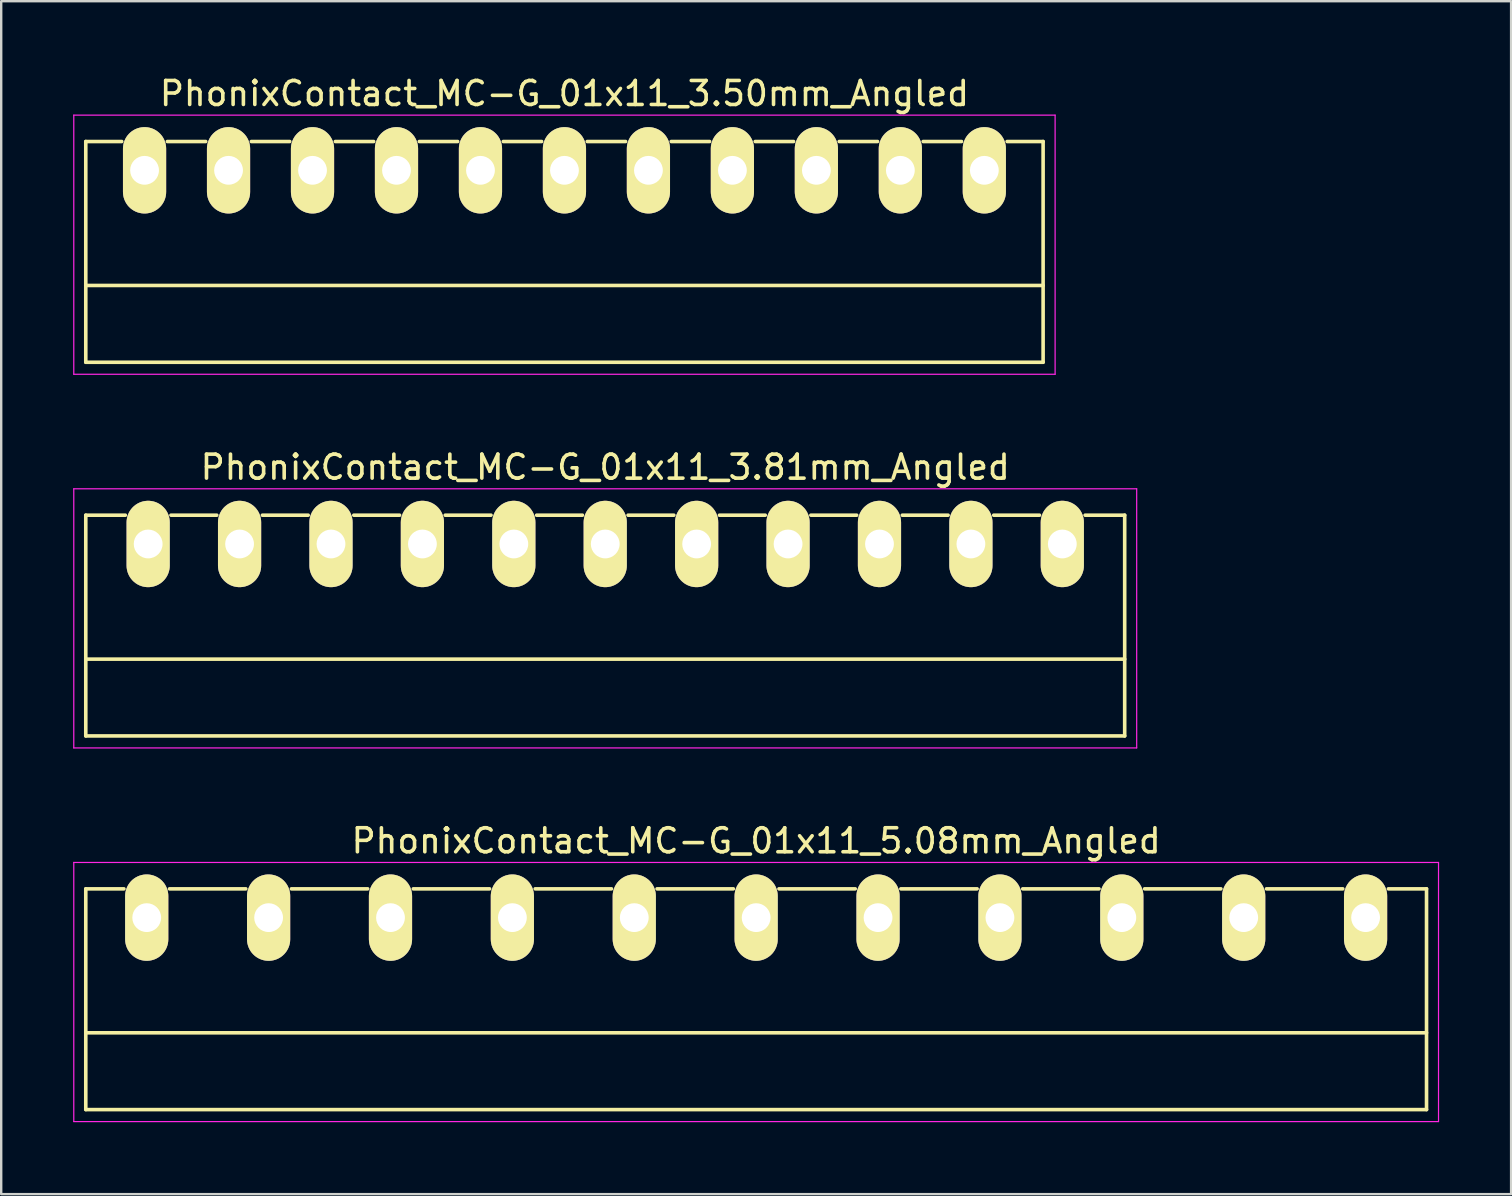
<source format=kicad_pcb>
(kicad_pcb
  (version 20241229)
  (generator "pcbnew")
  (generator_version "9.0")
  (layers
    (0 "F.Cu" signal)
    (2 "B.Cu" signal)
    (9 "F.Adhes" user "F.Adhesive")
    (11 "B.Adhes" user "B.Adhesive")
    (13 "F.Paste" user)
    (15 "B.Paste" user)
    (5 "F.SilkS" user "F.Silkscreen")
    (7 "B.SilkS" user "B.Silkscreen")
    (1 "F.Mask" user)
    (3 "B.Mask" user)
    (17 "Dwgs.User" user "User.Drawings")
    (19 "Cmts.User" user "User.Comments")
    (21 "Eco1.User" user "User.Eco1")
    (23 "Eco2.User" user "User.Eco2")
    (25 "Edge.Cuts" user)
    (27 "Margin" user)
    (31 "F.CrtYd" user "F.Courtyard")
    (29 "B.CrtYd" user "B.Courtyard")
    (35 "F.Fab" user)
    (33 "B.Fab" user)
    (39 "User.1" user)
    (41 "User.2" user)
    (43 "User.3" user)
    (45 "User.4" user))
  (footprint "PhonixContact_MC-G_01x11_3.81mm_Angled"
    (layer "F.Cu")
    (at 3.125 19.622)
    (property "Reference" "PhonixContact_MC-G_01x11_3.81mm_Angled" (at 19.05 -3.2 0) (layer "F.SilkS") (effects (font (size 1 1) (thickness 0.15))))
    (attr through_hole)
    (fp_line (start -2.6 -1.2) (end -2.6 8) (stroke (width 0.15) (type solid)) (layer "F.SilkS"))
    (fp_line (start -2.6 -1.2) (end -0.95 -1.2) (stroke (width 0.15) (type solid)) (layer "F.SilkS"))
    (fp_line (start -2.6 4.8) (end 40.7 4.8) (stroke (width 0.15) (type solid)) (layer "F.SilkS"))
    (fp_line (start -2.6 8) (end 40.7 8) (stroke (width 0.15) (type solid)) (layer "F.SilkS"))
    (fp_line (start 0.95 -1.2) (end 2.86 -1.2) (stroke (width 0.15) (type solid)) (layer "F.SilkS"))
    (fp_line (start 4.76 -1.2) (end 6.67 -1.2) (stroke (width 0.15) (type solid)) (layer "F.SilkS"))
    (fp_line (start 8.57 -1.2) (end 10.48 -1.2) (stroke (width 0.15) (type solid)) (layer "F.SilkS"))
    (fp_line (start 12.38 -1.2) (end 14.29 -1.2) (stroke (width 0.15) (type solid)) (layer "F.SilkS"))
    (fp_line (start 16.19 -1.2) (end 18.1 -1.2) (stroke (width 0.15) (type solid)) (layer "F.SilkS"))
    (fp_line (start 20 -1.2) (end 21.91 -1.2) (stroke (width 0.15) (type solid)) (layer "F.SilkS"))
    (fp_line (start 23.81 -1.2) (end 25.72 -1.2) (stroke (width 0.15) (type solid)) (layer "F.SilkS"))
    (fp_line (start 27.62 -1.2) (end 29.53 -1.2) (stroke (width 0.15) (type solid)) (layer "F.SilkS"))
    (fp_line (start 31.43 -1.2) (end 33.34 -1.2) (stroke (width 0.15) (type solid)) (layer "F.SilkS"))
    (fp_line (start 35.24 -1.2) (end 37.15 -1.2) (stroke (width 0.15) (type solid)) (layer "F.SilkS"))
    (fp_line (start 40.7 -1.2) (end 39.05 -1.2) (stroke (width 0.15) (type solid)) (layer "F.SilkS"))
    (fp_line (start 40.7 8) (end 40.7 -1.2) (stroke (width 0.15) (type solid)) (layer "F.SilkS"))
    (fp_line (start -3.1 -2.3) (end -3.1 8.5) (stroke (width 0.05) (type solid)) (layer "F.CrtYd"))
    (fp_line (start -3.1 8.5) (end 41.2 8.5) (stroke (width 0.05) (type solid)) (layer "F.CrtYd"))
    (fp_line (start 41.2 -2.3) (end -3.1 -2.3) (stroke (width 0.05) (type solid)) (layer "F.CrtYd"))
    (fp_line (start 41.2 8.5) (end 41.2 -2.3) (stroke (width 0.05) (type solid)) (layer "F.CrtYd"))
    (pad "1" thru_hole oval (at 0 0) (size 1.8 3.6) (drill 1.2) (layers "*.Cu" "*.Mask" "F.SilkS"))
    (pad "2" thru_hole oval (at 3.81 0) (size 1.8 3.6) (drill 1.2) (layers "*.Cu" "*.Mask" "F.SilkS"))
    (pad "3" thru_hole oval (at 7.62 0) (size 1.8 3.6) (drill 1.2) (layers "*.Cu" "*.Mask" "F.SilkS"))
    (pad "4" thru_hole oval (at 11.43 0) (size 1.8 3.6) (drill 1.2) (layers "*.Cu" "*.Mask" "F.SilkS"))
    (pad "5" thru_hole oval (at 15.24 0) (size 1.8 3.6) (drill 1.2) (layers "*.Cu" "*.Mask" "F.SilkS"))
    (pad "6" thru_hole oval (at 19.05 0) (size 1.8 3.6) (drill 1.2) (layers "*.Cu" "*.Mask" "F.SilkS"))
    (pad "7" thru_hole oval (at 22.86 0) (size 1.8 3.6) (drill 1.2) (layers "*.Cu" "*.Mask" "F.SilkS"))
    (pad "8" thru_hole oval (at 26.67 0) (size 1.8 3.6) (drill 1.2) (layers "*.Cu" "*.Mask" "F.SilkS"))
    (pad "9" thru_hole oval (at 30.48 0) (size 1.8 3.6) (drill 1.2) (layers "*.Cu" "*.Mask" "F.SilkS"))
    (pad "10" thru_hole oval (at 34.29 0) (size 1.8 3.6) (drill 1.2) (layers "*.Cu" "*.Mask" "F.SilkS"))
    (pad "11" thru_hole oval (at 38.1 0) (size 1.8 3.6) (drill 1.2) (layers "*.Cu" "*.Mask" "F.SilkS")))
  (footprint "PhonixContact_MC-G_01x11_3.50mm_Angled"
    (layer "F.Cu")
    (at 2.975 4.048)
    (property "Reference" "PhonixContact_MC-G_01x11_3.50mm_Angled" (at 17.5 -3.2 0) (layer "F.SilkS") (effects (font (size 1 1) (thickness 0.15))))
    (attr through_hole)
    (fp_line (start -2.45 -1.2) (end -2.45 8) (stroke (width 0.15) (type solid)) (layer "F.SilkS"))
    (fp_line (start -2.45 -1.2) (end -0.95 -1.2) (stroke (width 0.15) (type solid)) (layer "F.SilkS"))
    (fp_line (start -2.45 4.8) (end 37.45 4.8) (stroke (width 0.15) (type solid)) (layer "F.SilkS"))
    (fp_line (start -2.45 8) (end 37.45 8) (stroke (width 0.15) (type solid)) (layer "F.SilkS"))
    (fp_line (start 0.95 -1.2) (end 2.55 -1.2) (stroke (width 0.15) (type solid)) (layer "F.SilkS"))
    (fp_line (start 4.45 -1.2) (end 6.05 -1.2) (stroke (width 0.15) (type solid)) (layer "F.SilkS"))
    (fp_line (start 7.95 -1.2) (end 9.55 -1.2) (stroke (width 0.15) (type solid)) (layer "F.SilkS"))
    (fp_line (start 11.45 -1.2) (end 13.05 -1.2) (stroke (width 0.15) (type solid)) (layer "F.SilkS"))
    (fp_line (start 14.95 -1.2) (end 16.55 -1.2) (stroke (width 0.15) (type solid)) (layer "F.SilkS"))
    (fp_line (start 18.45 -1.2) (end 20.05 -1.2) (stroke (width 0.15) (type solid)) (layer "F.SilkS"))
    (fp_line (start 21.95 -1.2) (end 23.55 -1.2) (stroke (width 0.15) (type solid)) (layer "F.SilkS"))
    (fp_line (start 25.45 -1.2) (end 27.05 -1.2) (stroke (width 0.15) (type solid)) (layer "F.SilkS"))
    (fp_line (start 28.95 -1.2) (end 30.55 -1.2) (stroke (width 0.15) (type solid)) (layer "F.SilkS"))
    (fp_line (start 32.45 -1.2) (end 34.05 -1.2) (stroke (width 0.15) (type solid)) (layer "F.SilkS"))
    (fp_line (start 37.45 -1.2) (end 35.95 -1.2) (stroke (width 0.15) (type solid)) (layer "F.SilkS"))
    (fp_line (start 37.45 8) (end 37.45 -1.2) (stroke (width 0.15) (type solid)) (layer "F.SilkS"))
    (fp_line (start -2.95 -2.3) (end -2.95 8.5) (stroke (width 0.05) (type solid)) (layer "F.CrtYd"))
    (fp_line (start -2.95 8.5) (end 37.95 8.5) (stroke (width 0.05) (type solid)) (layer "F.CrtYd"))
    (fp_line (start 37.95 -2.3) (end -2.95 -2.3) (stroke (width 0.05) (type solid)) (layer "F.CrtYd"))
    (fp_line (start 37.95 8.5) (end 37.95 -2.3) (stroke (width 0.05) (type solid)) (layer "F.CrtYd"))
    (pad "1" thru_hole oval (at 0 0) (size 1.8 3.6) (drill 1.2) (layers "*.Cu" "*.Mask" "F.SilkS"))
    (pad "2" thru_hole oval (at 3.5 0) (size 1.8 3.6) (drill 1.2) (layers "*.Cu" "*.Mask" "F.SilkS"))
    (pad "3" thru_hole oval (at 7 0) (size 1.8 3.6) (drill 1.2) (layers "*.Cu" "*.Mask" "F.SilkS"))
    (pad "4" thru_hole oval (at 10.5 0) (size 1.8 3.6) (drill 1.2) (layers "*.Cu" "*.Mask" "F.SilkS"))
    (pad "5" thru_hole oval (at 14 0) (size 1.8 3.6) (drill 1.2) (layers "*.Cu" "*.Mask" "F.SilkS"))
    (pad "6" thru_hole oval (at 17.5 0) (size 1.8 3.6) (drill 1.2) (layers "*.Cu" "*.Mask" "F.SilkS"))
    (pad "7" thru_hole oval (at 21 0) (size 1.8 3.6) (drill 1.2) (layers "*.Cu" "*.Mask" "F.SilkS"))
    (pad "8" thru_hole oval (at 24.5 0) (size 1.8 3.6) (drill 1.2) (layers "*.Cu" "*.Mask" "F.SilkS"))
    (pad "9" thru_hole oval (at 28 0) (size 1.8 3.6) (drill 1.2) (layers "*.Cu" "*.Mask" "F.SilkS"))
    (pad "10" thru_hole oval (at 31.5 0) (size 1.8 3.6) (drill 1.2) (layers "*.Cu" "*.Mask" "F.SilkS"))
    (pad "11" thru_hole oval (at 35 0) (size 1.8 3.6) (drill 1.2) (layers "*.Cu" "*.Mask" "F.SilkS")))
  (footprint "PhonixContact_MC-G_01x11_5.08mm_Angled"
    (layer "F.Cu")
    (at 3.065 35.195)
    (property "Reference" "PhonixContact_MC-G_01x11_5.08mm_Angled" (at 25.4 -3.2 0) (layer "F.SilkS") (effects (font (size 1 1) (thickness 0.15))))
    (attr through_hole)
    (fp_line (start -2.54 -1.2) (end -2.54 8) (stroke (width 0.15) (type solid)) (layer "F.SilkS"))
    (fp_line (start -2.54 -1.2) (end -0.95 -1.2) (stroke (width 0.15) (type solid)) (layer "F.SilkS"))
    (fp_line (start -2.54 4.8) (end 53.34 4.8) (stroke (width 0.15) (type solid)) (layer "F.SilkS"))
    (fp_line (start -2.54 8) (end 53.34 8) (stroke (width 0.15) (type solid)) (layer "F.SilkS"))
    (fp_line (start 0.95 -1.2) (end 4.13 -1.2) (stroke (width 0.15) (type solid)) (layer "F.SilkS"))
    (fp_line (start 6.03 -1.2) (end 9.21 -1.2) (stroke (width 0.15) (type solid)) (layer "F.SilkS"))
    (fp_line (start 11.11 -1.2) (end 14.29 -1.2) (stroke (width 0.15) (type solid)) (layer "F.SilkS"))
    (fp_line (start 16.19 -1.2) (end 19.37 -1.2) (stroke (width 0.15) (type solid)) (layer "F.SilkS"))
    (fp_line (start 21.27 -1.2) (end 24.45 -1.2) (stroke (width 0.15) (type solid)) (layer "F.SilkS"))
    (fp_line (start 26.35 -1.2) (end 29.53 -1.2) (stroke (width 0.15) (type solid)) (layer "F.SilkS"))
    (fp_line (start 31.43 -1.2) (end 34.61 -1.2) (stroke (width 0.15) (type solid)) (layer "F.SilkS"))
    (fp_line (start 36.51 -1.2) (end 39.69 -1.2) (stroke (width 0.15) (type solid)) (layer "F.SilkS"))
    (fp_line (start 41.59 -1.2) (end 44.77 -1.2) (stroke (width 0.15) (type solid)) (layer "F.SilkS"))
    (fp_line (start 46.67 -1.2) (end 49.85 -1.2) (stroke (width 0.15) (type solid)) (layer "F.SilkS"))
    (fp_line (start 53.34 -1.2) (end 51.75 -1.2) (stroke (width 0.15) (type solid)) (layer "F.SilkS"))
    (fp_line (start 53.34 8) (end 53.34 -1.2) (stroke (width 0.15) (type solid)) (layer "F.SilkS"))
    (fp_line (start -3.04 -2.3) (end -3.04 8.5) (stroke (width 0.05) (type solid)) (layer "F.CrtYd"))
    (fp_line (start -3.04 8.5) (end 53.84 8.5) (stroke (width 0.05) (type solid)) (layer "F.CrtYd"))
    (fp_line (start 53.84 -2.3) (end -3.04 -2.3) (stroke (width 0.05) (type solid)) (layer "F.CrtYd"))
    (fp_line (start 53.84 8.5) (end 53.84 -2.3) (stroke (width 0.05) (type solid)) (layer "F.CrtYd"))
    (pad "1" thru_hole oval (at 0 0) (size 1.8 3.6) (drill 1.2) (layers "*.Cu" "*.Mask" "F.SilkS"))
    (pad "2" thru_hole oval (at 5.08 0) (size 1.8 3.6) (drill 1.2) (layers "*.Cu" "*.Mask" "F.SilkS"))
    (pad "3" thru_hole oval (at 10.16 0) (size 1.8 3.6) (drill 1.2) (layers "*.Cu" "*.Mask" "F.SilkS"))
    (pad "4" thru_hole oval (at 15.24 0) (size 1.8 3.6) (drill 1.2) (layers "*.Cu" "*.Mask" "F.SilkS"))
    (pad "5" thru_hole oval (at 20.32 0) (size 1.8 3.6) (drill 1.2) (layers "*.Cu" "*.Mask" "F.SilkS"))
    (pad "6" thru_hole oval (at 25.4 0) (size 1.8 3.6) (drill 1.2) (layers "*.Cu" "*.Mask" "F.SilkS"))
    (pad "7" thru_hole oval (at 30.48 0) (size 1.8 3.6) (drill 1.2) (layers "*.Cu" "*.Mask" "F.SilkS"))
    (pad "8" thru_hole oval (at 35.56 0) (size 1.8 3.6) (drill 1.2) (layers "*.Cu" "*.Mask" "F.SilkS"))
    (pad "9" thru_hole oval (at 40.64 0) (size 1.8 3.6) (drill 1.2) (layers "*.Cu" "*.Mask" "F.SilkS"))
    (pad "10" thru_hole oval (at 45.72 0) (size 1.8 3.6) (drill 1.2) (layers "*.Cu" "*.Mask" "F.SilkS"))
    (pad "11" thru_hole oval (at 50.8 0) (size 1.8 3.6) (drill 1.2) (layers "*.Cu" "*.Mask" "F.SilkS")))
  (gr_rect
    (start -3 -3)
    (end 59.93 46.72)
    (stroke (width 0.1) (type default))
    (fill no)
    (layer "Edge.Cuts")))
</source>
